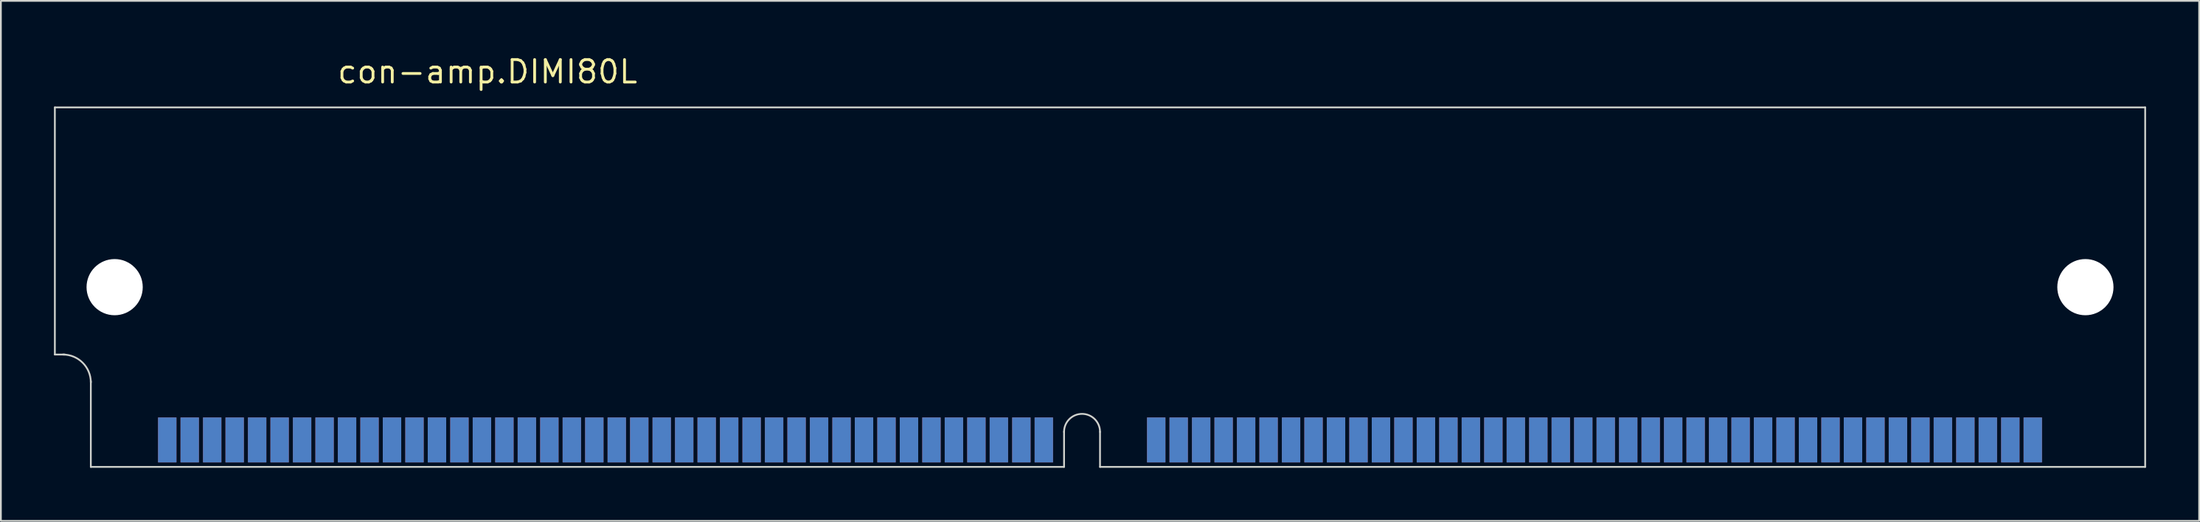
<source format=kicad_pcb>
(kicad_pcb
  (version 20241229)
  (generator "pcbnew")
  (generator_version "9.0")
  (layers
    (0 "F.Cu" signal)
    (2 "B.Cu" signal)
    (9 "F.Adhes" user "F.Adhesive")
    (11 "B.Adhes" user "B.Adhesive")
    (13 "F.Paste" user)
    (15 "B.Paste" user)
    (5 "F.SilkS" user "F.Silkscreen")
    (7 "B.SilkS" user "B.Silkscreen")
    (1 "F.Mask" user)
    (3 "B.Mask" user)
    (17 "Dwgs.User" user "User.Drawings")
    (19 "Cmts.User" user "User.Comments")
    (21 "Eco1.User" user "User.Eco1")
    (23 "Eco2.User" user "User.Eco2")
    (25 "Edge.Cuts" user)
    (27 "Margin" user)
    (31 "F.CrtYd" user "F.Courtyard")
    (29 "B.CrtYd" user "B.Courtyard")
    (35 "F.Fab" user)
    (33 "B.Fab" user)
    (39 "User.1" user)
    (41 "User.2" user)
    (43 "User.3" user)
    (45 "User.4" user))
  (footprint "con-amp.DIMI80L"
    (layer "F.Cu")
    (at 59.105 13.18)
    (property "Reference" "con-amp.DIMI80L" (at -43.18 -11.43 0) (layer "F.SilkS") (effects (font (size 1.27 1.27) (thickness 0.16)) (justify left bottom)))
    (attr smd)
    (fp_line (start -59.055 -10.16) (end 59.055 -10.16) (stroke (width 0.1) (type default)) (layer "Edge.Cuts"))
    (fp_line (start -59.055 3.81) (end -59.055 -10.16) (stroke (width 0.1) (type default)) (layer "Edge.Cuts"))
    (fp_line (start -59.055 3.81) (end -58.496 3.81) (stroke (width 0.1) (type default)) (layer "Edge.Cuts"))
    (fp_line (start -57.023 10.16) (end -57.023 5.309) (stroke (width 0.1) (type default)) (layer "Edge.Cuts"))
    (fp_line (start -2.032 8.179) (end -2.032 10.16) (stroke (width 0.1) (type default)) (layer "Edge.Cuts"))
    (fp_line (start -2.032 10.16) (end -57.023 10.16) (stroke (width 0.1) (type default)) (layer "Edge.Cuts"))
    (fp_line (start 0 8.179) (end 0 10.16) (stroke (width 0.1) (type default)) (layer "Edge.Cuts"))
    (fp_line (start 59.055 -10.16) (end 59.055 10.16) (stroke (width 0.1) (type default)) (layer "Edge.Cuts"))
    (fp_line (start 59.055 10.16) (end 0 10.16) (stroke (width 0.1) (type default)) (layer "Edge.Cuts"))
    (fp_arc (start -58.5978 3.81) (mid -57.484248 4.271248) (end -57.023 5.3848) (stroke (width 0.1) (type default)) (layer "Edge.Cuts"))
    (fp_arc (start -2.032 8.1788) (mid -1.016 7.1628) (end 0 8.1788) (stroke (width 0.1) (type default)) (layer "Edge.Cuts"))
    (pad "" np_thru_hole circle (at -55.677 0) (size 3.175 3.175) (drill 3.175) (layers "*.Cu" "*.Mask"))
    (pad "" np_thru_hole circle (at 55.677 0) (size 3.175 3.175) (drill 3.175) (layers "*.Cu" "*.Mask"))
    (pad "1" smd roundrect (at -52.705 8.636) (size 1.041 2.54) (layers "F.Cu" "F.Mask" "F.Paste") (roundrect_rratio 0.01))
    (pad "2" smd roundrect (at -51.435 8.636) (size 1.041 2.54) (layers "F.Cu" "F.Mask" "F.Paste") (roundrect_rratio 0.01))
    (pad "3" smd roundrect (at -50.165 8.636) (size 1.041 2.54) (layers "F.Cu" "F.Mask" "F.Paste") (roundrect_rratio 0.01))
    (pad "4" smd roundrect (at -48.895 8.636) (size 1.041 2.54) (layers "F.Cu" "F.Mask" "F.Paste") (roundrect_rratio 0.01))
    (pad "5" smd roundrect (at -47.625 8.636) (size 1.041 2.54) (layers "F.Cu" "F.Mask" "F.Paste") (roundrect_rratio 0.01))
    (pad "6" smd roundrect (at -46.355 8.636) (size 1.041 2.54) (layers "F.Cu" "F.Mask" "F.Paste") (roundrect_rratio 0.01))
    (pad "7" smd roundrect (at -45.085 8.636) (size 1.041 2.54) (layers "F.Cu" "F.Mask" "F.Paste") (roundrect_rratio 0.01))
    (pad "8" smd roundrect (at -43.815 8.636) (size 1.041 2.54) (layers "F.Cu" "F.Mask" "F.Paste") (roundrect_rratio 0.01))
    (pad "9" smd roundrect (at -42.545 8.636) (size 1.041 2.54) (layers "F.Cu" "F.Mask" "F.Paste") (roundrect_rratio 0.01))
    (pad "10" smd roundrect (at -41.275 8.636) (size 1.041 2.54) (layers "F.Cu" "F.Mask" "F.Paste") (roundrect_rratio 0.01))
    (pad "11" smd roundrect (at -40.005 8.636) (size 1.041 2.54) (layers "F.Cu" "F.Mask" "F.Paste") (roundrect_rratio 0.01))
    (pad "12" smd roundrect (at -38.735 8.636) (size 1.041 2.54) (layers "F.Cu" "F.Mask" "F.Paste") (roundrect_rratio 0.01))
    (pad "13" smd roundrect (at -37.465 8.636) (size 1.041 2.54) (layers "F.Cu" "F.Mask" "F.Paste") (roundrect_rratio 0.01))
    (pad "14" smd roundrect (at -36.195 8.636) (size 1.041 2.54) (layers "F.Cu" "F.Mask" "F.Paste") (roundrect_rratio 0.01))
    (pad "15" smd roundrect (at -34.925 8.636) (size 1.041 2.54) (layers "F.Cu" "F.Mask" "F.Paste") (roundrect_rratio 0.01))
    (pad "16" smd roundrect (at -33.655 8.636) (size 1.041 2.54) (layers "F.Cu" "F.Mask" "F.Paste") (roundrect_rratio 0.01))
    (pad "17" smd roundrect (at -32.385 8.636) (size 1.041 2.54) (layers "F.Cu" "F.Mask" "F.Paste") (roundrect_rratio 0.01))
    (pad "18" smd roundrect (at -31.115 8.636) (size 1.041 2.54) (layers "F.Cu" "F.Mask" "F.Paste") (roundrect_rratio 0.01))
    (pad "19" smd roundrect (at -29.845 8.636) (size 1.041 2.54) (layers "F.Cu" "F.Mask" "F.Paste") (roundrect_rratio 0.01))
    (pad "20" smd roundrect (at -28.575 8.636) (size 1.041 2.54) (layers "F.Cu" "F.Mask" "F.Paste") (roundrect_rratio 0.01))
    (pad "21" smd roundrect (at -27.305 8.636) (size 1.041 2.54) (layers "F.Cu" "F.Mask" "F.Paste") (roundrect_rratio 0.01))
    (pad "22" smd roundrect (at -26.035 8.636) (size 1.041 2.54) (layers "F.Cu" "F.Mask" "F.Paste") (roundrect_rratio 0.01))
    (pad "23" smd roundrect (at -24.765 8.636) (size 1.041 2.54) (layers "F.Cu" "F.Mask" "F.Paste") (roundrect_rratio 0.01))
    (pad "24" smd roundrect (at -23.495 8.636) (size 1.041 2.54) (layers "F.Cu" "F.Mask" "F.Paste") (roundrect_rratio 0.01))
    (pad "25" smd roundrect (at -22.225 8.636) (size 1.041 2.54) (layers "F.Cu" "F.Mask" "F.Paste") (roundrect_rratio 0.01))
    (pad "26" smd roundrect (at -20.955 8.636) (size 1.041 2.54) (layers "F.Cu" "F.Mask" "F.Paste") (roundrect_rratio 0.01))
    (pad "27" smd roundrect (at -19.685 8.636) (size 1.041 2.54) (layers "F.Cu" "F.Mask" "F.Paste") (roundrect_rratio 0.01))
    (pad "28" smd roundrect (at -18.415 8.636) (size 1.041 2.54) (layers "F.Cu" "F.Mask" "F.Paste") (roundrect_rratio 0.01))
    (pad "29" smd roundrect (at -17.145 8.636) (size 1.041 2.54) (layers "F.Cu" "F.Mask" "F.Paste") (roundrect_rratio 0.01))
    (pad "30" smd roundrect (at -15.875 8.636) (size 1.041 2.54) (layers "F.Cu" "F.Mask" "F.Paste") (roundrect_rratio 0.01))
    (pad "31" smd roundrect (at -14.605 8.636) (size 1.041 2.54) (layers "F.Cu" "F.Mask" "F.Paste") (roundrect_rratio 0.01))
    (pad "32" smd roundrect (at -13.335 8.636) (size 1.041 2.54) (layers "F.Cu" "F.Mask" "F.Paste") (roundrect_rratio 0.01))
    (pad "33" smd roundrect (at -12.065 8.636) (size 1.041 2.54) (layers "F.Cu" "F.Mask" "F.Paste") (roundrect_rratio 0.01))
    (pad "34" smd roundrect (at -10.795 8.636) (size 1.041 2.54) (layers "F.Cu" "F.Mask" "F.Paste") (roundrect_rratio 0.01))
    (pad "35" smd roundrect (at -9.525 8.636) (size 1.041 2.54) (layers "F.Cu" "F.Mask" "F.Paste") (roundrect_rratio 0.01))
    (pad "36" smd roundrect (at -8.255 8.636) (size 1.041 2.54) (layers "F.Cu" "F.Mask" "F.Paste") (roundrect_rratio 0.01))
    (pad "37" smd roundrect (at -6.985 8.636) (size 1.041 2.54) (layers "F.Cu" "F.Mask" "F.Paste") (roundrect_rratio 0.01))
    (pad "38" smd roundrect (at -5.715 8.636) (size 1.041 2.54) (layers "F.Cu" "F.Mask" "F.Paste") (roundrect_rratio 0.01))
    (pad "39" smd roundrect (at -4.445 8.636) (size 1.041 2.54) (layers "F.Cu" "F.Mask" "F.Paste") (roundrect_rratio 0.01))
    (pad "40" smd roundrect (at -3.175 8.636) (size 1.041 2.54) (layers "F.Cu" "F.Mask" "F.Paste") (roundrect_rratio 0.01))
    (pad "41" smd roundrect (at 3.175 8.636) (size 1.041 2.54) (layers "F.Cu" "F.Mask" "F.Paste") (roundrect_rratio 0.01))
    (pad "42" smd roundrect (at 4.445 8.636) (size 1.041 2.54) (layers "F.Cu" "F.Mask" "F.Paste") (roundrect_rratio 0.01))
    (pad "43" smd roundrect (at 5.715 8.636) (size 1.041 2.54) (layers "F.Cu" "F.Mask" "F.Paste") (roundrect_rratio 0.01))
    (pad "44" smd roundrect (at 6.985 8.636) (size 1.041 2.54) (layers "F.Cu" "F.Mask" "F.Paste") (roundrect_rratio 0.01))
    (pad "45" smd roundrect (at 8.255 8.636) (size 1.041 2.54) (layers "F.Cu" "F.Mask" "F.Paste") (roundrect_rratio 0.01))
    (pad "46" smd roundrect (at 9.525 8.636) (size 1.041 2.54) (layers "F.Cu" "F.Mask" "F.Paste") (roundrect_rratio 0.01))
    (pad "47" smd roundrect (at 10.795 8.636) (size 1.041 2.54) (layers "F.Cu" "F.Mask" "F.Paste") (roundrect_rratio 0.01))
    (pad "48" smd roundrect (at 12.065 8.636) (size 1.041 2.54) (layers "F.Cu" "F.Mask" "F.Paste") (roundrect_rratio 0.01))
    (pad "49" smd roundrect (at 13.335 8.636) (size 1.041 2.54) (layers "F.Cu" "F.Mask" "F.Paste") (roundrect_rratio 0.01))
    (pad "50" smd roundrect (at 14.605 8.636) (size 1.041 2.54) (layers "F.Cu" "F.Mask" "F.Paste") (roundrect_rratio 0.01))
    (pad "51" smd roundrect (at 15.875 8.636) (size 1.041 2.54) (layers "F.Cu" "F.Mask" "F.Paste") (roundrect_rratio 0.01))
    (pad "52" smd roundrect (at 17.145 8.636) (size 1.041 2.54) (layers "F.Cu" "F.Mask" "F.Paste") (roundrect_rratio 0.01))
    (pad "53" smd roundrect (at 18.415 8.636) (size 1.041 2.54) (layers "F.Cu" "F.Mask" "F.Paste") (roundrect_rratio 0.01))
    (pad "54" smd roundrect (at 19.685 8.636) (size 1.041 2.54) (layers "F.Cu" "F.Mask" "F.Paste") (roundrect_rratio 0.01))
    (pad "55" smd roundrect (at 20.955 8.636) (size 1.041 2.54) (layers "F.Cu" "F.Mask" "F.Paste") (roundrect_rratio 0.01))
    (pad "56" smd roundrect (at 22.225 8.636) (size 1.041 2.54) (layers "F.Cu" "F.Mask" "F.Paste") (roundrect_rratio 0.01))
    (pad "57" smd roundrect (at 23.495 8.636) (size 1.041 2.54) (layers "F.Cu" "F.Mask" "F.Paste") (roundrect_rratio 0.01))
    (pad "58" smd roundrect (at 24.765 8.636) (size 1.041 2.54) (layers "F.Cu" "F.Mask" "F.Paste") (roundrect_rratio 0.01))
    (pad "59" smd roundrect (at 26.035 8.636) (size 1.041 2.54) (layers "F.Cu" "F.Mask" "F.Paste") (roundrect_rratio 0.01))
    (pad "60" smd roundrect (at 27.305 8.636) (size 1.041 2.54) (layers "F.Cu" "F.Mask" "F.Paste") (roundrect_rratio 0.01))
    (pad "61" smd roundrect (at 28.575 8.636) (size 1.041 2.54) (layers "F.Cu" "F.Mask" "F.Paste") (roundrect_rratio 0.01))
    (pad "62" smd roundrect (at 29.845 8.636) (size 1.041 2.54) (layers "F.Cu" "F.Mask" "F.Paste") (roundrect_rratio 0.01))
    (pad "63" smd roundrect (at 31.115 8.636) (size 1.041 2.54) (layers "F.Cu" "F.Mask" "F.Paste") (roundrect_rratio 0.01))
    (pad "64" smd roundrect (at 32.385 8.636) (size 1.041 2.54) (layers "F.Cu" "F.Mask" "F.Paste") (roundrect_rratio 0.01))
    (pad "65" smd roundrect (at 33.655 8.636) (size 1.041 2.54) (layers "F.Cu" "F.Mask" "F.Paste") (roundrect_rratio 0.01))
    (pad "66" smd roundrect (at 34.925 8.636) (size 1.041 2.54) (layers "F.Cu" "F.Mask" "F.Paste") (roundrect_rratio 0.01))
    (pad "67" smd roundrect (at 36.195 8.636) (size 1.041 2.54) (layers "F.Cu" "F.Mask" "F.Paste") (roundrect_rratio 0.01))
    (pad "68" smd roundrect (at 37.465 8.636) (size 1.041 2.54) (layers "F.Cu" "F.Mask" "F.Paste") (roundrect_rratio 0.01))
    (pad "69" smd roundrect (at 38.735 8.636) (size 1.041 2.54) (layers "F.Cu" "F.Mask" "F.Paste") (roundrect_rratio 0.01))
    (pad "70" smd roundrect (at 40.005 8.636) (size 1.041 2.54) (layers "F.Cu" "F.Mask" "F.Paste") (roundrect_rratio 0.01))
    (pad "71" smd roundrect (at 41.275 8.636) (size 1.041 2.54) (layers "F.Cu" "F.Mask" "F.Paste") (roundrect_rratio 0.01))
    (pad "72" smd roundrect (at 42.545 8.636) (size 1.041 2.54) (layers "F.Cu" "F.Mask" "F.Paste") (roundrect_rratio 0.01))
    (pad "73" smd roundrect (at 43.815 8.636) (size 1.041 2.54) (layers "F.Cu" "F.Mask" "F.Paste") (roundrect_rratio 0.01))
    (pad "74" smd roundrect (at 45.085 8.636) (size 1.041 2.54) (layers "F.Cu" "F.Mask" "F.Paste") (roundrect_rratio 0.01))
    (pad "75" smd roundrect (at 46.355 8.636) (size 1.041 2.54) (layers "F.Cu" "F.Mask" "F.Paste") (roundrect_rratio 0.01))
    (pad "76" smd roundrect (at 47.625 8.636) (size 1.041 2.54) (layers "F.Cu" "F.Mask" "F.Paste") (roundrect_rratio 0.01))
    (pad "77" smd roundrect (at 48.895 8.636) (size 1.041 2.54) (layers "F.Cu" "F.Mask" "F.Paste") (roundrect_rratio 0.01))
    (pad "78" smd roundrect (at 50.165 8.636) (size 1.041 2.54) (layers "F.Cu" "F.Mask" "F.Paste") (roundrect_rratio 0.01))
    (pad "79" smd roundrect (at 51.435 8.636) (size 1.041 2.54) (layers "F.Cu" "F.Mask" "F.Paste") (roundrect_rratio 0.01))
    (pad "80" smd roundrect (at 52.705 8.636) (size 1.041 2.54) (layers "F.Cu" "F.Mask" "F.Paste") (roundrect_rratio 0.01))
    (pad "81" smd roundrect (at -52.705 8.636) (size 1.041 2.54) (layers "B.Cu" "B.Mask" "B.Paste") (roundrect_rratio 0.01))
    (pad "82" smd roundrect (at -51.435 8.636) (size 1.041 2.54) (layers "B.Cu" "B.Mask" "B.Paste") (roundrect_rratio 0.01))
    (pad "83" smd roundrect (at -50.165 8.636) (size 1.041 2.54) (layers "B.Cu" "B.Mask" "B.Paste") (roundrect_rratio 0.01))
    (pad "84" smd roundrect (at -48.895 8.636) (size 1.041 2.54) (layers "B.Cu" "B.Mask" "B.Paste") (roundrect_rratio 0.01))
    (pad "85" smd roundrect (at -47.625 8.636) (size 1.041 2.54) (layers "B.Cu" "B.Mask" "B.Paste") (roundrect_rratio 0.01))
    (pad "86" smd roundrect (at -46.355 8.636) (size 1.041 2.54) (layers "B.Cu" "B.Mask" "B.Paste") (roundrect_rratio 0.01))
    (pad "87" smd roundrect (at -45.085 8.636) (size 1.041 2.54) (layers "B.Cu" "B.Mask" "B.Paste") (roundrect_rratio 0.01))
    (pad "88" smd roundrect (at -43.815 8.636) (size 1.041 2.54) (layers "B.Cu" "B.Mask" "B.Paste") (roundrect_rratio 0.01))
    (pad "89" smd roundrect (at -42.545 8.636) (size 1.041 2.54) (layers "B.Cu" "B.Mask" "B.Paste") (roundrect_rratio 0.01))
    (pad "90" smd roundrect (at -41.275 8.636) (size 1.041 2.54) (layers "B.Cu" "B.Mask" "B.Paste") (roundrect_rratio 0.01))
    (pad "91" smd roundrect (at -40.005 8.636) (size 1.041 2.54) (layers "B.Cu" "B.Mask" "B.Paste") (roundrect_rratio 0.01))
    (pad "92" smd roundrect (at -38.735 8.636) (size 1.041 2.54) (layers "B.Cu" "B.Mask" "B.Paste") (roundrect_rratio 0.01))
    (pad "93" smd roundrect (at -37.465 8.636) (size 1.041 2.54) (layers "B.Cu" "B.Mask" "B.Paste") (roundrect_rratio 0.01))
    (pad "94" smd roundrect (at -36.195 8.636) (size 1.041 2.54) (layers "B.Cu" "B.Mask" "B.Paste") (roundrect_rratio 0.01))
    (pad "95" smd roundrect (at -34.925 8.636) (size 1.041 2.54) (layers "B.Cu" "B.Mask" "B.Paste") (roundrect_rratio 0.01))
    (pad "96" smd roundrect (at -33.655 8.636) (size 1.041 2.54) (layers "B.Cu" "B.Mask" "B.Paste") (roundrect_rratio 0.01))
    (pad "97" smd roundrect (at -32.385 8.636) (size 1.041 2.54) (layers "B.Cu" "B.Mask" "B.Paste") (roundrect_rratio 0.01))
    (pad "98" smd roundrect (at -31.115 8.636) (size 1.041 2.54) (layers "B.Cu" "B.Mask" "B.Paste") (roundrect_rratio 0.01))
    (pad "99" smd roundrect (at -29.845 8.636) (size 1.041 2.54) (layers "B.Cu" "B.Mask" "B.Paste") (roundrect_rratio 0.01))
    (pad "100" smd roundrect (at -28.575 8.636) (size 1.041 2.54) (layers "B.Cu" "B.Mask" "B.Paste") (roundrect_rratio 0.01))
    (pad "101" smd roundrect (at -27.305 8.636) (size 1.041 2.54) (layers "B.Cu" "B.Mask" "B.Paste") (roundrect_rratio 0.01))
    (pad "102" smd roundrect (at -26.035 8.636) (size 1.041 2.54) (layers "B.Cu" "B.Mask" "B.Paste") (roundrect_rratio 0.01))
    (pad "103" smd roundrect (at -24.765 8.636) (size 1.041 2.54) (layers "B.Cu" "B.Mask" "B.Paste") (roundrect_rratio 0.01))
    (pad "104" smd roundrect (at -23.495 8.636) (size 1.041 2.54) (layers "B.Cu" "B.Mask" "B.Paste") (roundrect_rratio 0.01))
    (pad "105" smd roundrect (at -22.225 8.636) (size 1.041 2.54) (layers "B.Cu" "B.Mask" "B.Paste") (roundrect_rratio 0.01))
    (pad "106" smd roundrect (at -20.955 8.636) (size 1.041 2.54) (layers "B.Cu" "B.Mask" "B.Paste") (roundrect_rratio 0.01))
    (pad "107" smd roundrect (at -19.685 8.636) (size 1.041 2.54) (layers "B.Cu" "B.Mask" "B.Paste") (roundrect_rratio 0.01))
    (pad "108" smd roundrect (at -18.415 8.636) (size 1.041 2.54) (layers "B.Cu" "B.Mask" "B.Paste") (roundrect_rratio 0.01))
    (pad "109" smd roundrect (at -17.145 8.636) (size 1.041 2.54) (layers "B.Cu" "B.Mask" "B.Paste") (roundrect_rratio 0.01))
    (pad "110" smd roundrect (at -15.875 8.636) (size 1.041 2.54) (layers "B.Cu" "B.Mask" "B.Paste") (roundrect_rratio 0.01))
    (pad "111" smd roundrect (at -14.605 8.636) (size 1.041 2.54) (layers "B.Cu" "B.Mask" "B.Paste") (roundrect_rratio 0.01))
    (pad "112" smd roundrect (at -13.335 8.636) (size 1.041 2.54) (layers "B.Cu" "B.Mask" "B.Paste") (roundrect_rratio 0.01))
    (pad "113" smd roundrect (at -12.065 8.636) (size 1.041 2.54) (layers "B.Cu" "B.Mask" "B.Paste") (roundrect_rratio 0.01))
    (pad "114" smd roundrect (at -10.795 8.636) (size 1.041 2.54) (layers "B.Cu" "B.Mask" "B.Paste") (roundrect_rratio 0.01))
    (pad "115" smd roundrect (at -9.525 8.636) (size 1.041 2.54) (layers "B.Cu" "B.Mask" "B.Paste") (roundrect_rratio 0.01))
    (pad "116" smd roundrect (at -8.255 8.636) (size 1.041 2.54) (layers "B.Cu" "B.Mask" "B.Paste") (roundrect_rratio 0.01))
    (pad "117" smd roundrect (at -6.985 8.636) (size 1.041 2.54) (layers "B.Cu" "B.Mask" "B.Paste") (roundrect_rratio 0.01))
    (pad "118" smd roundrect (at -5.715 8.636) (size 1.041 2.54) (layers "B.Cu" "B.Mask" "B.Paste") (roundrect_rratio 0.01))
    (pad "119" smd roundrect (at -4.445 8.636) (size 1.041 2.54) (layers "B.Cu" "B.Mask" "B.Paste") (roundrect_rratio 0.01))
    (pad "120" smd roundrect (at -3.175 8.636) (size 1.041 2.54) (layers "B.Cu" "B.Mask" "B.Paste") (roundrect_rratio 0.01))
    (pad "121" smd roundrect (at 3.175 8.636) (size 1.041 2.54) (layers "B.Cu" "B.Mask" "B.Paste") (roundrect_rratio 0.01))
    (pad "122" smd roundrect (at 4.445 8.636) (size 1.041 2.54) (layers "B.Cu" "B.Mask" "B.Paste") (roundrect_rratio 0.01))
    (pad "123" smd roundrect (at 5.715 8.636) (size 1.041 2.54) (layers "B.Cu" "B.Mask" "B.Paste") (roundrect_rratio 0.01))
    (pad "124" smd roundrect (at 6.985 8.636) (size 1.041 2.54) (layers "B.Cu" "B.Mask" "B.Paste") (roundrect_rratio 0.01))
    (pad "125" smd roundrect (at 8.255 8.636) (size 1.041 2.54) (layers "B.Cu" "B.Mask" "B.Paste") (roundrect_rratio 0.01))
    (pad "126" smd roundrect (at 9.525 8.636) (size 1.041 2.54) (layers "B.Cu" "B.Mask" "B.Paste") (roundrect_rratio 0.01))
    (pad "127" smd roundrect (at 10.795 8.636) (size 1.041 2.54) (layers "B.Cu" "B.Mask" "B.Paste") (roundrect_rratio 0.01))
    (pad "128" smd roundrect (at 12.065 8.636) (size 1.041 2.54) (layers "B.Cu" "B.Mask" "B.Paste") (roundrect_rratio 0.01))
    (pad "129" smd roundrect (at 13.335 8.636) (size 1.041 2.54) (layers "B.Cu" "B.Mask" "B.Paste") (roundrect_rratio 0.01))
    (pad "130" smd roundrect (at 14.605 8.636) (size 1.041 2.54) (layers "B.Cu" "B.Mask" "B.Paste") (roundrect_rratio 0.01))
    (pad "131" smd roundrect (at 15.875 8.636) (size 1.041 2.54) (layers "B.Cu" "B.Mask" "B.Paste") (roundrect_rratio 0.01))
    (pad "132" smd roundrect (at 17.145 8.636) (size 1.041 2.54) (layers "B.Cu" "B.Mask" "B.Paste") (roundrect_rratio 0.01))
    (pad "133" smd roundrect (at 18.415 8.636) (size 1.041 2.54) (layers "B.Cu" "B.Mask" "B.Paste") (roundrect_rratio 0.01))
    (pad "134" smd roundrect (at 19.685 8.636) (size 1.041 2.54) (layers "B.Cu" "B.Mask" "B.Paste") (roundrect_rratio 0.01))
    (pad "135" smd roundrect (at 20.955 8.636) (size 1.041 2.54) (layers "B.Cu" "B.Mask" "B.Paste") (roundrect_rratio 0.01))
    (pad "136" smd roundrect (at 22.225 8.636) (size 1.041 2.54) (layers "B.Cu" "B.Mask" "B.Paste") (roundrect_rratio 0.01))
    (pad "137" smd roundrect (at 23.495 8.636) (size 1.041 2.54) (layers "B.Cu" "B.Mask" "B.Paste") (roundrect_rratio 0.01))
    (pad "138" smd roundrect (at 24.765 8.636) (size 1.041 2.54) (layers "B.Cu" "B.Mask" "B.Paste") (roundrect_rratio 0.01))
    (pad "139" smd roundrect (at 26.035 8.636) (size 1.041 2.54) (layers "B.Cu" "B.Mask" "B.Paste") (roundrect_rratio 0.01))
    (pad "140" smd roundrect (at 27.305 8.636) (size 1.041 2.54) (layers "B.Cu" "B.Mask" "B.Paste") (roundrect_rratio 0.01))
    (pad "141" smd roundrect (at 28.575 8.636) (size 1.041 2.54) (layers "B.Cu" "B.Mask" "B.Paste") (roundrect_rratio 0.01))
    (pad "142" smd roundrect (at 29.845 8.636) (size 1.041 2.54) (layers "B.Cu" "B.Mask" "B.Paste") (roundrect_rratio 0.01))
    (pad "143" smd roundrect (at 31.115 8.636) (size 1.041 2.54) (layers "B.Cu" "B.Mask" "B.Paste") (roundrect_rratio 0.01))
    (pad "144" smd roundrect (at 32.385 8.636) (size 1.041 2.54) (layers "B.Cu" "B.Mask" "B.Paste") (roundrect_rratio 0.01))
    (pad "145" smd roundrect (at 33.655 8.636) (size 1.041 2.54) (layers "B.Cu" "B.Mask" "B.Paste") (roundrect_rratio 0.01))
    (pad "146" smd roundrect (at 34.925 8.636) (size 1.041 2.54) (layers "B.Cu" "B.Mask" "B.Paste") (roundrect_rratio 0.01))
    (pad "147" smd roundrect (at 36.195 8.636) (size 1.041 2.54) (layers "B.Cu" "B.Mask" "B.Paste") (roundrect_rratio 0.01))
    (pad "148" smd roundrect (at 37.465 8.636) (size 1.041 2.54) (layers "B.Cu" "B.Mask" "B.Paste") (roundrect_rratio 0.01))
    (pad "149" smd roundrect (at 38.735 8.636) (size 1.041 2.54) (layers "B.Cu" "B.Mask" "B.Paste") (roundrect_rratio 0.01))
    (pad "150" smd roundrect (at 40.005 8.636) (size 1.041 2.54) (layers "B.Cu" "B.Mask" "B.Paste") (roundrect_rratio 0.01))
    (pad "151" smd roundrect (at 41.275 8.636) (size 1.041 2.54) (layers "B.Cu" "B.Mask" "B.Paste") (roundrect_rratio 0.01))
    (pad "152" smd roundrect (at 42.545 8.636) (size 1.041 2.54) (layers "B.Cu" "B.Mask" "B.Paste") (roundrect_rratio 0.01))
    (pad "153" smd roundrect (at 43.815 8.636) (size 1.041 2.54) (layers "B.Cu" "B.Mask" "B.Paste") (roundrect_rratio 0.01))
    (pad "154" smd roundrect (at 45.085 8.636) (size 1.041 2.54) (layers "B.Cu" "B.Mask" "B.Paste") (roundrect_rratio 0.01))
    (pad "155" smd roundrect (at 46.355 8.636) (size 1.041 2.54) (layers "B.Cu" "B.Mask" "B.Paste") (roundrect_rratio 0.01))
    (pad "156" smd roundrect (at 47.625 8.636) (size 1.041 2.54) (layers "B.Cu" "B.Mask" "B.Paste") (roundrect_rratio 0.01))
    (pad "157" smd roundrect (at 48.895 8.636) (size 1.041 2.54) (layers "B.Cu" "B.Mask" "B.Paste") (roundrect_rratio 0.01))
    (pad "158" smd roundrect (at 50.165 8.636) (size 1.041 2.54) (layers "B.Cu" "B.Mask" "B.Paste") (roundrect_rratio 0.01))
    (pad "159" smd roundrect (at 51.435 8.636) (size 1.041 2.54) (layers "B.Cu" "B.Mask" "B.Paste") (roundrect_rratio 0.01))
    (pad "160" smd roundrect (at 52.705 8.636) (size 1.041 2.54) (layers "B.Cu" "B.Mask" "B.Paste") (roundrect_rratio 0.01)))
  (gr_rect
    (start -3 -3)
    (end 121.21 26.39)
    (stroke (width 0.1) (type default))
    (fill no)
    (layer "Edge.Cuts")))
</source>
